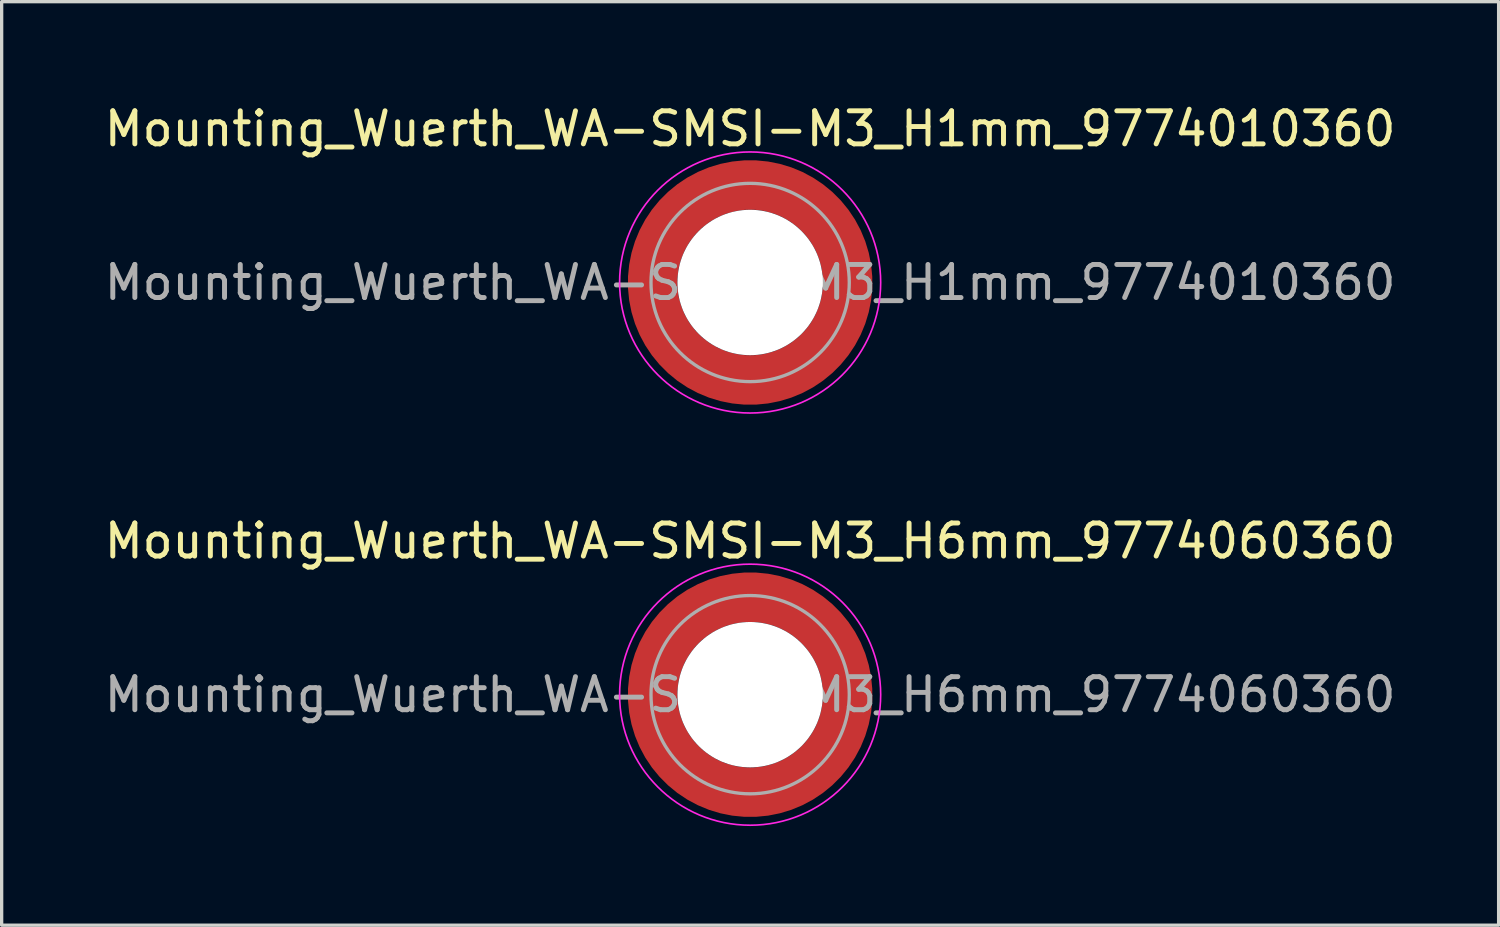
<source format=kicad_pcb>
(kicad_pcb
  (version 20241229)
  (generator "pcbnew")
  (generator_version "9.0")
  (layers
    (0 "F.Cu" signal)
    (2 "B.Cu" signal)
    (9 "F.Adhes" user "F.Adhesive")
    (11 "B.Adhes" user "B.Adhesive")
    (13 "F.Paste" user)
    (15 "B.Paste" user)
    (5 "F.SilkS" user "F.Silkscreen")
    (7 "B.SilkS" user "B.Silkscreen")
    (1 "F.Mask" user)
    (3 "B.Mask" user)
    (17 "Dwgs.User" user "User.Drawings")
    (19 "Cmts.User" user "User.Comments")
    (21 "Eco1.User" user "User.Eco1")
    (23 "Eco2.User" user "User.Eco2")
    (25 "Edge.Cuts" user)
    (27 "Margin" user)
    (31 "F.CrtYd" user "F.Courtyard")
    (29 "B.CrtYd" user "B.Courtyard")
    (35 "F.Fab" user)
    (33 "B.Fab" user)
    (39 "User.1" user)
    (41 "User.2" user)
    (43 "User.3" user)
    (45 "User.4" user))
  (footprint "Mounting_Wuerth_WA-SMSI-M3_H1mm_9774010360"
    (layer "F.Cu")
    (at 19.649 5.498)
    (property "Reference" "Mounting_Wuerth_WA-SMSI-M3_H1mm_9774010360" (at 0 -4.65 0) (layer "F.SilkS") (effects (font (size 1 1) (thickness 0.15))))
    (attr smd)
    (fp_circle (center 0 0) (end 3.95 0) (stroke (width 0.05) (type solid)) (fill no) (layer "F.CrtYd"))
    (fp_circle (center 0 0) (end 3 0) (stroke (width 0.1) (type solid)) (fill no) (layer "F.Fab"))
    (fp_text user "${REFERENCE}" (at 0 0 0) (layer "F.Fab") (effects (font (size 1 1) (thickness 0.15))))
    (pad "" smd custom (at -2.058 -2.058) (size 0.7 0.7) (layers "F.Paste") (options (anchor circle)) (primitives (gr_arc (start -0.377294 1.707681) (mid 0.317578 0.318817) (end 1.705947 -0.377044) (width 0.2)) (gr_arc (start -0.478281 1.707681) (mid 0.246161 0.248814) (end 1.703965 -0.477765) (width 0.2)) (gr_arc (start -0.579192 1.707681) (mid 0.175492 0.178063) (end 1.704077 -0.578711) (width 0.2)) (gr_arc (start -0.680037 1.707681) (mid 0.105568 0.106564) (end 1.706284 -0.679858) (width 0.2)) (gr_arc (start -0.780822 1.707681) (mid 0.034627 0.036085) (end 1.705634 -0.780569) (width 0.2)) (gr_arc (start -0.881554 1.707681) (mid -0.035694 -0.035016) (end 1.706729 -0.881441) (width 0.2)) (gr_arc (start -0.982237 1.707681) (mid -0.107281 -0.10485) (end 1.704266 -0.981843) (width 0.2)) (gr_arc (start -1.082877 1.707681) (mid -0.178372 -0.175181) (end 1.703197 -1.082374) (width 0.2)) (gr_arc (start -1.183476 1.707681) (mid -0.248964 -0.246008) (end 1.703525 -1.183025) (width 0.2)) (gr_arc (start -1.28404 1.707681) (mid -0.319062 -0.317334) (end 1.70525 -1.283784) (width 0.2)) (gr_line (start 1.708 -0.377) (end 1.708 -1.284) (width 0.2)) (gr_line (start -0.377 1.708) (end -1.284 1.708) (width 0.2))))
    (pad "" smd custom (at -2.058 2.058) (size 0.7 0.7) (layers "F.Paste") (options (anchor circle)) (primitives (gr_arc (start 1.707681 0.377294) (mid 0.318817 -0.317578) (end -0.377044 -1.705947) (width 0.2)) (gr_arc (start 1.707681 0.478281) (mid 0.248814 -0.246161) (end -0.477765 -1.703965) (width 0.2)) (gr_arc (start 1.707681 0.579192) (mid 0.178063 -0.175492) (end -0.578711 -1.704077) (width 0.2)) (gr_arc (start 1.707681 0.680037) (mid 0.106564 -0.105568) (end -0.679858 -1.706284) (width 0.2)) (gr_arc (start 1.707681 0.780822) (mid 0.036085 -0.034626) (end -0.780569 -1.705634) (width 0.2)) (gr_arc (start 1.707681 0.881554) (mid -0.035016 0.035694) (end -0.881441 -1.706729) (width 0.2)) (gr_arc (start 1.707681 0.982237) (mid -0.10485 0.107281) (end -0.981842 -1.704266) (width 0.2)) (gr_arc (start 1.707681 1.082877) (mid -0.175181 0.178372) (end -1.082374 -1.703197) (width 0.2)) (gr_arc (start 1.707681 1.183476) (mid -0.246008 0.248964) (end -1.183025 -1.703525) (width 0.2)) (gr_arc (start 1.707681 1.28404) (mid -0.317334 0.319062) (end -1.283784 -1.70525) (width 0.2)) (gr_line (start -0.377 -1.708) (end -1.284 -1.708) (width 0.2)) (gr_line (start 1.708 0.377) (end 1.708 1.284) (width 0.2))))
    (pad "" np_thru_hole circle (at 0 0) (size 4.4 4.4) (drill 4.4) (layers "*.Cu" "*.Mask"))
    (pad "" smd custom (at 2.058 -2.058) (size 0.7 0.7) (layers "F.Paste") (options (anchor circle)) (primitives (gr_arc (start -1.707681 -0.377294) (mid -0.318817 0.317579) (end 0.377044 1.705947) (width 0.2)) (gr_arc (start -1.707681 -0.478281) (mid -0.248814 0.246161) (end 0.477765 1.703965) (width 0.2)) (gr_arc (start -1.707681 -0.579192) (mid -0.178063 0.175492) (end 0.578711 1.704077) (width 0.2)) (gr_arc (start -1.707681 -0.680037) (mid -0.106564 0.105568) (end 0.679858 1.706284) (width 0.2)) (gr_arc (start -1.707681 -0.780822) (mid -0.036085 0.034627) (end 0.780569 1.705634) (width 0.2)) (gr_arc (start -1.707681 -0.881554) (mid 0.035016 -0.035694) (end 0.881441 1.706729) (width 0.2)) (gr_arc (start -1.707681 -0.982237) (mid 0.10485 -0.107281) (end 0.981843 1.704266) (width 0.2)) (gr_arc (start -1.707681 -1.082877) (mid 0.175181 -0.178372) (end 1.082374 1.703197) (width 0.2)) (gr_arc (start -1.707681 -1.183476) (mid 0.246008 -0.248964) (end 1.183025 1.703525) (width 0.2)) (gr_arc (start -1.707681 -1.28404) (mid 0.317333 -0.319062) (end 1.283784 1.70525) (width 0.2)) (gr_line (start 0.377 1.708) (end 1.284 1.708) (width 0.2)) (gr_line (start -1.708 -0.377) (end -1.708 -1.284) (width 0.2))))
    (pad "" smd custom (at 2.058 2.058) (size 0.7 0.7) (layers "F.Paste") (options (anchor circle)) (primitives (gr_arc (start 0.377294 -1.707681) (mid -0.317579 -0.318817) (end -1.705947 0.377044) (width 0.2)) (gr_arc (start 0.478281 -1.707681) (mid -0.246161 -0.248814) (end -1.703965 0.477765) (width 0.2)) (gr_arc (start 0.579192 -1.707681) (mid -0.175492 -0.178063) (end -1.704077 0.578711) (width 0.2)) (gr_arc (start 0.680037 -1.707681) (mid -0.105568 -0.106564) (end -1.706284 0.679858) (width 0.2)) (gr_arc (start 0.780822 -1.707681) (mid -0.034627 -0.036085) (end -1.705634 0.780569) (width 0.2)) (gr_arc (start 0.881554 -1.707681) (mid 0.035694 0.035016) (end -1.706729 0.881441) (width 0.2)) (gr_arc (start 0.982237 -1.707681) (mid 0.107281 0.10485) (end -1.704266 0.981843) (width 0.2)) (gr_arc (start 1.082877 -1.707681) (mid 0.178372 0.175181) (end -1.703197 1.082374) (width 0.2)) (gr_arc (start 1.183476 -1.707681) (mid 0.248964 0.246008) (end -1.703525 1.183025) (width 0.2)) (gr_arc (start 1.28404 -1.707681) (mid 0.319062 0.317333) (end -1.70525 1.283784) (width 0.2)) (gr_line (start -1.708 0.377) (end -1.708 1.284) (width 0.2)) (gr_line (start 0.377 -1.708) (end 1.284 -1.708) (width 0.2))))
    (pad "1" smd circle (at -2.95 0) (size 1.1 1.1) (layers "F.Cu"))
    (pad "1" smd circle (at 0 -2.95) (size 1.1 1.1) (layers "F.Cu"))
    (pad "1" smd circle (at 0 2.95) (size 1.1 1.1) (layers "F.Cu"))
    (pad "1" smd custom (at 2.95 0) (size 1.1 1.1) (layers "F.Cu" "F.Mask") (options (anchor circle)) (primitives (gr_circle (center -2.95 0) (end 0 0) (width 1.5) (fill no)))))
  (footprint "Mounting_Wuerth_WA-SMSI-M3_H6mm_9774060360"
    (layer "F.Cu")
    (at 19.649 17.971)
    (property "Reference" "Mounting_Wuerth_WA-SMSI-M3_H6mm_9774060360" (at 0 -4.65 0) (layer "F.SilkS") (effects (font (size 1 1) (thickness 0.15))))
    (attr smd)
    (fp_circle (center 0 0) (end 3.95 0) (stroke (width 0.05) (type solid)) (fill no) (layer "F.CrtYd"))
    (fp_circle (center 0 0) (end 3 0) (stroke (width 0.1) (type solid)) (fill no) (layer "F.Fab"))
    (fp_text user "${REFERENCE}" (at 0 0 0) (layer "F.Fab") (effects (font (size 1 1) (thickness 0.15))))
    (pad "" smd custom (at -2.058 -2.058) (size 0.7 0.7) (layers "F.Paste") (options (anchor circle)) (primitives (gr_arc (start -0.377294 1.707681) (mid 0.317578 0.318817) (end 1.705947 -0.377044) (width 0.2)) (gr_arc (start -0.478281 1.707681) (mid 0.246161 0.248814) (end 1.703965 -0.477765) (width 0.2)) (gr_arc (start -0.579192 1.707681) (mid 0.175492 0.178063) (end 1.704077 -0.578711) (width 0.2)) (gr_arc (start -0.680037 1.707681) (mid 0.105568 0.106564) (end 1.706284 -0.679858) (width 0.2)) (gr_arc (start -0.780822 1.707681) (mid 0.034627 0.036085) (end 1.705634 -0.780569) (width 0.2)) (gr_arc (start -0.881554 1.707681) (mid -0.035694 -0.035016) (end 1.706729 -0.881441) (width 0.2)) (gr_arc (start -0.982237 1.707681) (mid -0.107281 -0.10485) (end 1.704266 -0.981843) (width 0.2)) (gr_arc (start -1.082877 1.707681) (mid -0.178372 -0.175181) (end 1.703197 -1.082374) (width 0.2)) (gr_arc (start -1.183476 1.707681) (mid -0.248964 -0.246008) (end 1.703525 -1.183025) (width 0.2)) (gr_arc (start -1.28404 1.707681) (mid -0.319062 -0.317334) (end 1.70525 -1.283784) (width 0.2)) (gr_line (start 1.708 -0.377) (end 1.708 -1.284) (width 0.2)) (gr_line (start -0.377 1.708) (end -1.284 1.708) (width 0.2))))
    (pad "" smd custom (at -2.058 2.058) (size 0.7 0.7) (layers "F.Paste") (options (anchor circle)) (primitives (gr_arc (start 1.707681 0.377294) (mid 0.318817 -0.317578) (end -0.377044 -1.705947) (width 0.2)) (gr_arc (start 1.707681 0.478281) (mid 0.248814 -0.246161) (end -0.477765 -1.703965) (width 0.2)) (gr_arc (start 1.707681 0.579192) (mid 0.178063 -0.175492) (end -0.578711 -1.704077) (width 0.2)) (gr_arc (start 1.707681 0.680037) (mid 0.106564 -0.105568) (end -0.679858 -1.706284) (width 0.2)) (gr_arc (start 1.707681 0.780822) (mid 0.036085 -0.034626) (end -0.780569 -1.705634) (width 0.2)) (gr_arc (start 1.707681 0.881554) (mid -0.035016 0.035694) (end -0.881441 -1.706729) (width 0.2)) (gr_arc (start 1.707681 0.982237) (mid -0.10485 0.107281) (end -0.981842 -1.704266) (width 0.2)) (gr_arc (start 1.707681 1.082877) (mid -0.175181 0.178372) (end -1.082374 -1.703197) (width 0.2)) (gr_arc (start 1.707681 1.183476) (mid -0.246008 0.248964) (end -1.183025 -1.703525) (width 0.2)) (gr_arc (start 1.707681 1.28404) (mid -0.317334 0.319062) (end -1.283784 -1.70525) (width 0.2)) (gr_line (start -0.377 -1.708) (end -1.284 -1.708) (width 0.2)) (gr_line (start 1.708 0.377) (end 1.708 1.284) (width 0.2))))
    (pad "" np_thru_hole circle (at 0 0) (size 4.4 4.4) (drill 4.4) (layers "*.Cu" "*.Mask"))
    (pad "" smd custom (at 2.058 -2.058) (size 0.7 0.7) (layers "F.Paste") (options (anchor circle)) (primitives (gr_arc (start -1.707681 -0.377294) (mid -0.318817 0.317579) (end 0.377044 1.705947) (width 0.2)) (gr_arc (start -1.707681 -0.478281) (mid -0.248814 0.246161) (end 0.477765 1.703965) (width 0.2)) (gr_arc (start -1.707681 -0.579192) (mid -0.178063 0.175492) (end 0.578711 1.704077) (width 0.2)) (gr_arc (start -1.707681 -0.680037) (mid -0.106564 0.105568) (end 0.679858 1.706284) (width 0.2)) (gr_arc (start -1.707681 -0.780822) (mid -0.036085 0.034627) (end 0.780569 1.705634) (width 0.2)) (gr_arc (start -1.707681 -0.881554) (mid 0.035016 -0.035694) (end 0.881441 1.706729) (width 0.2)) (gr_arc (start -1.707681 -0.982237) (mid 0.10485 -0.107281) (end 0.981843 1.704266) (width 0.2)) (gr_arc (start -1.707681 -1.082877) (mid 0.175181 -0.178372) (end 1.082374 1.703197) (width 0.2)) (gr_arc (start -1.707681 -1.183476) (mid 0.246008 -0.248964) (end 1.183025 1.703525) (width 0.2)) (gr_arc (start -1.707681 -1.28404) (mid 0.317333 -0.319062) (end 1.283784 1.70525) (width 0.2)) (gr_line (start 0.377 1.708) (end 1.284 1.708) (width 0.2)) (gr_line (start -1.708 -0.377) (end -1.708 -1.284) (width 0.2))))
    (pad "" smd custom (at 2.058 2.058) (size 0.7 0.7) (layers "F.Paste") (options (anchor circle)) (primitives (gr_arc (start 0.377294 -1.707681) (mid -0.317579 -0.318817) (end -1.705947 0.377044) (width 0.2)) (gr_arc (start 0.478281 -1.707681) (mid -0.246161 -0.248814) (end -1.703965 0.477765) (width 0.2)) (gr_arc (start 0.579192 -1.707681) (mid -0.175492 -0.178063) (end -1.704077 0.578711) (width 0.2)) (gr_arc (start 0.680037 -1.707681) (mid -0.105568 -0.106564) (end -1.706284 0.679858) (width 0.2)) (gr_arc (start 0.780822 -1.707681) (mid -0.034627 -0.036085) (end -1.705634 0.780569) (width 0.2)) (gr_arc (start 0.881554 -1.707681) (mid 0.035694 0.035016) (end -1.706729 0.881441) (width 0.2)) (gr_arc (start 0.982237 -1.707681) (mid 0.107281 0.10485) (end -1.704266 0.981843) (width 0.2)) (gr_arc (start 1.082877 -1.707681) (mid 0.178372 0.175181) (end -1.703197 1.082374) (width 0.2)) (gr_arc (start 1.183476 -1.707681) (mid 0.248964 0.246008) (end -1.703525 1.183025) (width 0.2)) (gr_arc (start 1.28404 -1.707681) (mid 0.319062 0.317333) (end -1.70525 1.283784) (width 0.2)) (gr_line (start -1.708 0.377) (end -1.708 1.284) (width 0.2)) (gr_line (start 0.377 -1.708) (end 1.284 -1.708) (width 0.2))))
    (pad "1" smd circle (at -2.95 0) (size 1.1 1.1) (layers "F.Cu"))
    (pad "1" smd circle (at 0 -2.95) (size 1.1 1.1) (layers "F.Cu"))
    (pad "1" smd circle (at 0 2.95) (size 1.1 1.1) (layers "F.Cu"))
    (pad "1" smd custom (at 2.95 0) (size 1.1 1.1) (layers "F.Cu" "F.Mask") (options (anchor circle)) (primitives (gr_circle (center -2.95 0) (end 0 0) (width 1.5) (fill no)))))
  (gr_rect
    (start -3 -3)
    (end 42.298 24.947)
    (stroke (width 0.1) (type default))
    (fill no)
    (layer "Edge.Cuts")))
</source>
